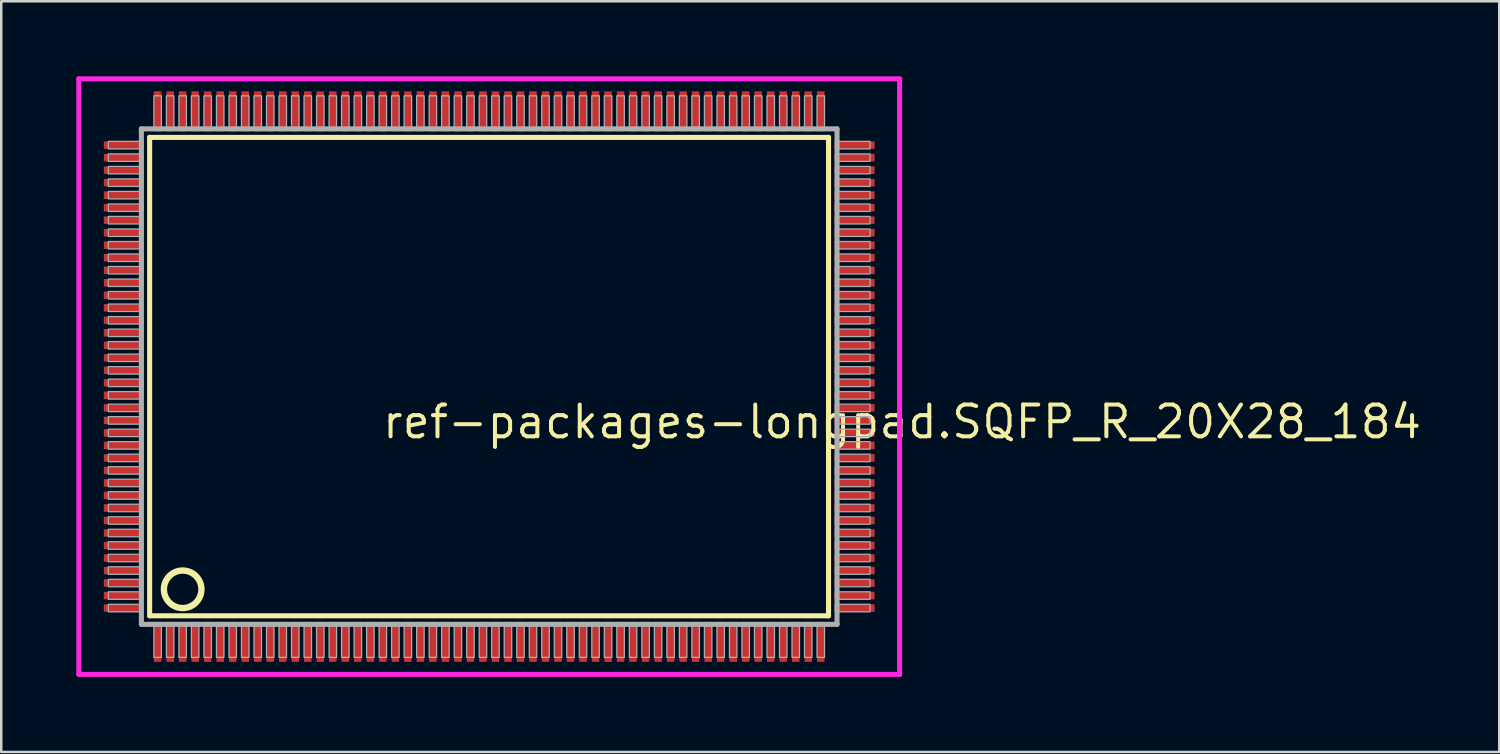
<source format=kicad_pcb>
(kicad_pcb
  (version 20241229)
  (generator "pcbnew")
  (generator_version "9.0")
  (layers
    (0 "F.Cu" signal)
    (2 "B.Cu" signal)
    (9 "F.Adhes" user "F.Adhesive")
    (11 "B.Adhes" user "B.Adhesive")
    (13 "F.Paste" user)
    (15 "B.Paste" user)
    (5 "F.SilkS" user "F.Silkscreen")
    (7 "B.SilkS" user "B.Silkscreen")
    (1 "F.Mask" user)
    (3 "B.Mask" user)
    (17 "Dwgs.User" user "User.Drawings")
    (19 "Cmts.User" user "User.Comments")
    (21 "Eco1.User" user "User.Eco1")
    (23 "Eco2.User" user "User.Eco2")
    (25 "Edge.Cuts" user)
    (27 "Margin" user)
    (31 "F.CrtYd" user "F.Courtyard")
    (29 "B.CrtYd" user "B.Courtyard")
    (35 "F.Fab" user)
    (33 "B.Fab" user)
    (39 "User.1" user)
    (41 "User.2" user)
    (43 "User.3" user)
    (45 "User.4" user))
  (footprint "ref-packages-longpad.SQFP_R_20X28_184"
    (layer "F.Cu")
    (at 16.5 12)
    (property "Reference" "ref-packages-longpad.SQFP_R_20X28_184" (at -4.35 2.55 0) (layer "F.SilkS") (effects (font (size 1.27 1.27) (thickness 0.16)) (justify left bottom)))
    (attr smd)
    (fp_line (start -13.57 -9.56) (end 13.56 -9.56) (stroke (width 0.203) (type default)) (layer "F.SilkS"))
    (fp_line (start -13.57 9.56) (end -13.57 -9.56) (stroke (width 0.203) (type default)) (layer "F.SilkS"))
    (fp_line (start 13.56 -9.56) (end 13.56 9.56) (stroke (width 0.203) (type default)) (layer "F.SilkS"))
    (fp_line (start 13.56 9.56) (end -13.57 9.56) (stroke (width 0.203) (type default)) (layer "F.SilkS"))
    (fp_circle (center -12.25 8.5) (end -11.5 8.5) (stroke (width 0.254) (type default)) (fill no) (layer "F.SilkS"))
    (fp_line (start -16.4 -11.9) (end 16.4 -11.9) (stroke (width 0.2) (type default)) (layer "F.CrtYd"))
    (fp_line (start -16.4 11.9) (end -16.4 -11.9) (stroke (width 0.2) (type default)) (layer "F.CrtYd"))
    (fp_line (start 16.4 -11.9) (end 16.4 11.9) (stroke (width 0.2) (type default)) (layer "F.CrtYd"))
    (fp_line (start 16.4 11.9) (end -16.4 11.9) (stroke (width 0.2) (type default)) (layer "F.CrtYd"))
    (fp_line (start -13.9 -9.9) (end -13.9 9.9) (stroke (width 0.203) (type default)) (layer "F.Fab"))
    (fp_line (start -13.9 9.9) (end 13.9 9.9) (stroke (width 0.203) (type default)) (layer "F.Fab"))
    (fp_line (start 13.9 -9.9) (end -13.9 -9.9) (stroke (width 0.203) (type default)) (layer "F.Fab"))
    (fp_line (start 13.9 9.9) (end 13.9 -9.9) (stroke (width 0.203) (type default)) (layer "F.Fab"))
    (fp_rect (start -15.22 -9.1) (end -13.95 -9.4) (stroke (width 0.05) (type default)) (fill no) (layer "F.Fab"))
    (fp_rect (start -15.22 -8.6) (end -13.95 -8.9) (stroke (width 0.05) (type default)) (fill no) (layer "F.Fab"))
    (fp_rect (start -15.22 -8.1) (end -13.95 -8.4) (stroke (width 0.05) (type default)) (fill no) (layer "F.Fab"))
    (fp_rect (start -15.22 -7.6) (end -13.95 -7.9) (stroke (width 0.05) (type default)) (fill no) (layer "F.Fab"))
    (fp_rect (start -15.22 -7.1) (end -13.95 -7.4) (stroke (width 0.05) (type default)) (fill no) (layer "F.Fab"))
    (fp_rect (start -15.22 -6.6) (end -13.95 -6.9) (stroke (width 0.05) (type default)) (fill no) (layer "F.Fab"))
    (fp_rect (start -15.22 -6.1) (end -13.95 -6.4) (stroke (width 0.05) (type default)) (fill no) (layer "F.Fab"))
    (fp_rect (start -15.22 -5.6) (end -13.95 -5.9) (stroke (width 0.05) (type default)) (fill no) (layer "F.Fab"))
    (fp_rect (start -15.22 -5.1) (end -13.95 -5.4) (stroke (width 0.05) (type default)) (fill no) (layer "F.Fab"))
    (fp_rect (start -15.22 -4.6) (end -13.95 -4.9) (stroke (width 0.05) (type default)) (fill no) (layer "F.Fab"))
    (fp_rect (start -15.22 -4.1) (end -13.95 -4.4) (stroke (width 0.05) (type default)) (fill no) (layer "F.Fab"))
    (fp_rect (start -15.22 -3.6) (end -13.95 -3.9) (stroke (width 0.05) (type default)) (fill no) (layer "F.Fab"))
    (fp_rect (start -15.22 -3.1) (end -13.95 -3.4) (stroke (width 0.05) (type default)) (fill no) (layer "F.Fab"))
    (fp_rect (start -15.22 -2.6) (end -13.95 -2.9) (stroke (width 0.05) (type default)) (fill no) (layer "F.Fab"))
    (fp_rect (start -15.22 -2.1) (end -13.95 -2.4) (stroke (width 0.05) (type default)) (fill no) (layer "F.Fab"))
    (fp_rect (start -15.22 -1.6) (end -13.95 -1.9) (stroke (width 0.05) (type default)) (fill no) (layer "F.Fab"))
    (fp_rect (start -15.22 -1.1) (end -13.95 -1.4) (stroke (width 0.05) (type default)) (fill no) (layer "F.Fab"))
    (fp_rect (start -15.22 -0.6) (end -13.95 -0.9) (stroke (width 0.05) (type default)) (fill no) (layer "F.Fab"))
    (fp_rect (start -15.22 -0.1) (end -13.95 -0.4) (stroke (width 0.05) (type default)) (fill no) (layer "F.Fab"))
    (fp_rect (start -15.22 0.4) (end -13.95 0.1) (stroke (width 0.05) (type default)) (fill no) (layer "F.Fab"))
    (fp_rect (start -15.22 0.9) (end -13.95 0.6) (stroke (width 0.05) (type default)) (fill no) (layer "F.Fab"))
    (fp_rect (start -15.22 1.4) (end -13.95 1.1) (stroke (width 0.05) (type default)) (fill no) (layer "F.Fab"))
    (fp_rect (start -15.22 1.9) (end -13.95 1.6) (stroke (width 0.05) (type default)) (fill no) (layer "F.Fab"))
    (fp_rect (start -15.22 2.4) (end -13.95 2.1) (stroke (width 0.05) (type default)) (fill no) (layer "F.Fab"))
    (fp_rect (start -15.22 2.9) (end -13.95 2.6) (stroke (width 0.05) (type default)) (fill no) (layer "F.Fab"))
    (fp_rect (start -15.22 3.4) (end -13.95 3.1) (stroke (width 0.05) (type default)) (fill no) (layer "F.Fab"))
    (fp_rect (start -15.22 3.9) (end -13.95 3.6) (stroke (width 0.05) (type default)) (fill no) (layer "F.Fab"))
    (fp_rect (start -15.22 4.4) (end -13.95 4.1) (stroke (width 0.05) (type default)) (fill no) (layer "F.Fab"))
    (fp_rect (start -15.22 4.9) (end -13.95 4.6) (stroke (width 0.05) (type default)) (fill no) (layer "F.Fab"))
    (fp_rect (start -15.22 5.4) (end -13.95 5.1) (stroke (width 0.05) (type default)) (fill no) (layer "F.Fab"))
    (fp_rect (start -15.22 5.9) (end -13.95 5.6) (stroke (width 0.05) (type default)) (fill no) (layer "F.Fab"))
    (fp_rect (start -15.22 6.4) (end -13.95 6.1) (stroke (width 0.05) (type default)) (fill no) (layer "F.Fab"))
    (fp_rect (start -15.22 6.9) (end -13.95 6.6) (stroke (width 0.05) (type default)) (fill no) (layer "F.Fab"))
    (fp_rect (start -15.22 7.4) (end -13.95 7.1) (stroke (width 0.05) (type default)) (fill no) (layer "F.Fab"))
    (fp_rect (start -15.22 7.9) (end -13.95 7.6) (stroke (width 0.05) (type default)) (fill no) (layer "F.Fab"))
    (fp_rect (start -15.22 8.4) (end -13.95 8.1) (stroke (width 0.05) (type default)) (fill no) (layer "F.Fab"))
    (fp_rect (start -15.22 8.9) (end -13.95 8.6) (stroke (width 0.05) (type default)) (fill no) (layer "F.Fab"))
    (fp_rect (start -15.22 9.4) (end -13.95 9.1) (stroke (width 0.05) (type default)) (fill no) (layer "F.Fab"))
    (fp_rect (start -13.4 -9.95) (end -13.1 -11.22) (stroke (width 0.05) (type default)) (fill no) (layer "F.Fab"))
    (fp_rect (start -13.4 11.22) (end -13.1 9.95) (stroke (width 0.05) (type default)) (fill no) (layer "F.Fab"))
    (fp_rect (start -12.9 -9.95) (end -12.6 -11.22) (stroke (width 0.05) (type default)) (fill no) (layer "F.Fab"))
    (fp_rect (start -12.9 11.22) (end -12.6 9.95) (stroke (width 0.05) (type default)) (fill no) (layer "F.Fab"))
    (fp_rect (start -12.4 -9.95) (end -12.1 -11.22) (stroke (width 0.05) (type default)) (fill no) (layer "F.Fab"))
    (fp_rect (start -12.4 11.22) (end -12.1 9.95) (stroke (width 0.05) (type default)) (fill no) (layer "F.Fab"))
    (fp_rect (start -11.9 -9.95) (end -11.6 -11.22) (stroke (width 0.05) (type default)) (fill no) (layer "F.Fab"))
    (fp_rect (start -11.9 11.22) (end -11.6 9.95) (stroke (width 0.05) (type default)) (fill no) (layer "F.Fab"))
    (fp_rect (start -11.4 -9.95) (end -11.1 -11.22) (stroke (width 0.05) (type default)) (fill no) (layer "F.Fab"))
    (fp_rect (start -11.4 11.22) (end -11.1 9.95) (stroke (width 0.05) (type default)) (fill no) (layer "F.Fab"))
    (fp_rect (start -10.9 -9.95) (end -10.6 -11.22) (stroke (width 0.05) (type default)) (fill no) (layer "F.Fab"))
    (fp_rect (start -10.9 11.22) (end -10.6 9.95) (stroke (width 0.05) (type default)) (fill no) (layer "F.Fab"))
    (fp_rect (start -10.4 -9.95) (end -10.1 -11.22) (stroke (width 0.05) (type default)) (fill no) (layer "F.Fab"))
    (fp_rect (start -10.4 11.22) (end -10.1 9.95) (stroke (width 0.05) (type default)) (fill no) (layer "F.Fab"))
    (fp_rect (start -9.9 -9.95) (end -9.6 -11.22) (stroke (width 0.05) (type default)) (fill no) (layer "F.Fab"))
    (fp_rect (start -9.9 11.22) (end -9.6 9.95) (stroke (width 0.05) (type default)) (fill no) (layer "F.Fab"))
    (fp_rect (start -9.4 -9.95) (end -9.1 -11.22) (stroke (width 0.05) (type default)) (fill no) (layer "F.Fab"))
    (fp_rect (start -9.4 11.22) (end -9.1 9.95) (stroke (width 0.05) (type default)) (fill no) (layer "F.Fab"))
    (fp_rect (start -8.9 -9.95) (end -8.6 -11.22) (stroke (width 0.05) (type default)) (fill no) (layer "F.Fab"))
    (fp_rect (start -8.9 11.22) (end -8.6 9.95) (stroke (width 0.05) (type default)) (fill no) (layer "F.Fab"))
    (fp_rect (start -8.4 -9.95) (end -8.1 -11.22) (stroke (width 0.05) (type default)) (fill no) (layer "F.Fab"))
    (fp_rect (start -8.4 11.22) (end -8.1 9.95) (stroke (width 0.05) (type default)) (fill no) (layer "F.Fab"))
    (fp_rect (start -7.9 -9.95) (end -7.6 -11.22) (stroke (width 0.05) (type default)) (fill no) (layer "F.Fab"))
    (fp_rect (start -7.9 11.22) (end -7.6 9.95) (stroke (width 0.05) (type default)) (fill no) (layer "F.Fab"))
    (fp_rect (start -7.4 -9.95) (end -7.1 -11.22) (stroke (width 0.05) (type default)) (fill no) (layer "F.Fab"))
    (fp_rect (start -7.4 11.22) (end -7.1 9.95) (stroke (width 0.05) (type default)) (fill no) (layer "F.Fab"))
    (fp_rect (start -6.9 -9.95) (end -6.6 -11.22) (stroke (width 0.05) (type default)) (fill no) (layer "F.Fab"))
    (fp_rect (start -6.9 11.22) (end -6.6 9.95) (stroke (width 0.05) (type default)) (fill no) (layer "F.Fab"))
    (fp_rect (start -6.4 -9.95) (end -6.1 -11.22) (stroke (width 0.05) (type default)) (fill no) (layer "F.Fab"))
    (fp_rect (start -6.4 11.22) (end -6.1 9.95) (stroke (width 0.05) (type default)) (fill no) (layer "F.Fab"))
    (fp_rect (start -5.9 -9.95) (end -5.6 -11.22) (stroke (width 0.05) (type default)) (fill no) (layer "F.Fab"))
    (fp_rect (start -5.9 11.22) (end -5.6 9.95) (stroke (width 0.05) (type default)) (fill no) (layer "F.Fab"))
    (fp_rect (start -5.4 -9.95) (end -5.1 -11.22) (stroke (width 0.05) (type default)) (fill no) (layer "F.Fab"))
    (fp_rect (start -5.4 11.22) (end -5.1 9.95) (stroke (width 0.05) (type default)) (fill no) (layer "F.Fab"))
    (fp_rect (start -4.9 -9.95) (end -4.6 -11.22) (stroke (width 0.05) (type default)) (fill no) (layer "F.Fab"))
    (fp_rect (start -4.9 11.22) (end -4.6 9.95) (stroke (width 0.05) (type default)) (fill no) (layer "F.Fab"))
    (fp_rect (start -4.4 -9.95) (end -4.1 -11.22) (stroke (width 0.05) (type default)) (fill no) (layer "F.Fab"))
    (fp_rect (start -4.4 11.22) (end -4.1 9.95) (stroke (width 0.05) (type default)) (fill no) (layer "F.Fab"))
    (fp_rect (start -3.9 -9.95) (end -3.6 -11.22) (stroke (width 0.05) (type default)) (fill no) (layer "F.Fab"))
    (fp_rect (start -3.9 11.22) (end -3.6 9.95) (stroke (width 0.05) (type default)) (fill no) (layer "F.Fab"))
    (fp_rect (start -3.4 -9.95) (end -3.1 -11.22) (stroke (width 0.05) (type default)) (fill no) (layer "F.Fab"))
    (fp_rect (start -3.4 11.22) (end -3.1 9.95) (stroke (width 0.05) (type default)) (fill no) (layer "F.Fab"))
    (fp_rect (start -2.9 -9.95) (end -2.6 -11.22) (stroke (width 0.05) (type default)) (fill no) (layer "F.Fab"))
    (fp_rect (start -2.9 11.22) (end -2.6 9.95) (stroke (width 0.05) (type default)) (fill no) (layer "F.Fab"))
    (fp_rect (start -2.4 -9.95) (end -2.1 -11.22) (stroke (width 0.05) (type default)) (fill no) (layer "F.Fab"))
    (fp_rect (start -2.4 11.22) (end -2.1 9.95) (stroke (width 0.05) (type default)) (fill no) (layer "F.Fab"))
    (fp_rect (start -1.9 -9.95) (end -1.6 -11.22) (stroke (width 0.05) (type default)) (fill no) (layer "F.Fab"))
    (fp_rect (start -1.9 11.22) (end -1.6 9.95) (stroke (width 0.05) (type default)) (fill no) (layer "F.Fab"))
    (fp_rect (start -1.4 -9.95) (end -1.1 -11.22) (stroke (width 0.05) (type default)) (fill no) (layer "F.Fab"))
    (fp_rect (start -1.4 11.22) (end -1.1 9.95) (stroke (width 0.05) (type default)) (fill no) (layer "F.Fab"))
    (fp_rect (start -0.9 -9.95) (end -0.6 -11.22) (stroke (width 0.05) (type default)) (fill no) (layer "F.Fab"))
    (fp_rect (start -0.9 11.22) (end -0.6 9.95) (stroke (width 0.05) (type default)) (fill no) (layer "F.Fab"))
    (fp_rect (start -0.4 -9.95) (end -0.1 -11.22) (stroke (width 0.05) (type default)) (fill no) (layer "F.Fab"))
    (fp_rect (start -0.4 11.22) (end -0.1 9.95) (stroke (width 0.05) (type default)) (fill no) (layer "F.Fab"))
    (fp_rect (start 0.1 -9.95) (end 0.4 -11.22) (stroke (width 0.05) (type default)) (fill no) (layer "F.Fab"))
    (fp_rect (start 0.1 11.22) (end 0.4 9.95) (stroke (width 0.05) (type default)) (fill no) (layer "F.Fab"))
    (fp_rect (start 0.6 -9.95) (end 0.9 -11.22) (stroke (width 0.05) (type default)) (fill no) (layer "F.Fab"))
    (fp_rect (start 0.6 11.22) (end 0.9 9.95) (stroke (width 0.05) (type default)) (fill no) (layer "F.Fab"))
    (fp_rect (start 1.1 -9.95) (end 1.4 -11.22) (stroke (width 0.05) (type default)) (fill no) (layer "F.Fab"))
    (fp_rect (start 1.1 11.22) (end 1.4 9.95) (stroke (width 0.05) (type default)) (fill no) (layer "F.Fab"))
    (fp_rect (start 1.6 -9.95) (end 1.9 -11.22) (stroke (width 0.05) (type default)) (fill no) (layer "F.Fab"))
    (fp_rect (start 1.6 11.22) (end 1.9 9.95) (stroke (width 0.05) (type default)) (fill no) (layer "F.Fab"))
    (fp_rect (start 2.1 -9.95) (end 2.4 -11.22) (stroke (width 0.05) (type default)) (fill no) (layer "F.Fab"))
    (fp_rect (start 2.1 11.22) (end 2.4 9.95) (stroke (width 0.05) (type default)) (fill no) (layer "F.Fab"))
    (fp_rect (start 2.6 -9.95) (end 2.9 -11.22) (stroke (width 0.05) (type default)) (fill no) (layer "F.Fab"))
    (fp_rect (start 2.6 11.22) (end 2.9 9.95) (stroke (width 0.05) (type default)) (fill no) (layer "F.Fab"))
    (fp_rect (start 3.1 -9.95) (end 3.4 -11.22) (stroke (width 0.05) (type default)) (fill no) (layer "F.Fab"))
    (fp_rect (start 3.1 11.22) (end 3.4 9.95) (stroke (width 0.05) (type default)) (fill no) (layer "F.Fab"))
    (fp_rect (start 3.6 -9.95) (end 3.9 -11.22) (stroke (width 0.05) (type default)) (fill no) (layer "F.Fab"))
    (fp_rect (start 3.6 11.22) (end 3.9 9.95) (stroke (width 0.05) (type default)) (fill no) (layer "F.Fab"))
    (fp_rect (start 4.1 -9.95) (end 4.4 -11.22) (stroke (width 0.05) (type default)) (fill no) (layer "F.Fab"))
    (fp_rect (start 4.1 11.22) (end 4.4 9.95) (stroke (width 0.05) (type default)) (fill no) (layer "F.Fab"))
    (fp_rect (start 4.6 -9.95) (end 4.9 -11.22) (stroke (width 0.05) (type default)) (fill no) (layer "F.Fab"))
    (fp_rect (start 4.6 11.22) (end 4.9 9.95) (stroke (width 0.05) (type default)) (fill no) (layer "F.Fab"))
    (fp_rect (start 5.1 -9.95) (end 5.4 -11.22) (stroke (width 0.05) (type default)) (fill no) (layer "F.Fab"))
    (fp_rect (start 5.1 11.22) (end 5.4 9.95) (stroke (width 0.05) (type default)) (fill no) (layer "F.Fab"))
    (fp_rect (start 5.6 -9.95) (end 5.9 -11.22) (stroke (width 0.05) (type default)) (fill no) (layer "F.Fab"))
    (fp_rect (start 5.6 11.22) (end 5.9 9.95) (stroke (width 0.05) (type default)) (fill no) (layer "F.Fab"))
    (fp_rect (start 6.1 -9.95) (end 6.4 -11.22) (stroke (width 0.05) (type default)) (fill no) (layer "F.Fab"))
    (fp_rect (start 6.1 11.22) (end 6.4 9.95) (stroke (width 0.05) (type default)) (fill no) (layer "F.Fab"))
    (fp_rect (start 6.6 -9.95) (end 6.9 -11.22) (stroke (width 0.05) (type default)) (fill no) (layer "F.Fab"))
    (fp_rect (start 6.6 11.22) (end 6.9 9.95) (stroke (width 0.05) (type default)) (fill no) (layer "F.Fab"))
    (fp_rect (start 7.1 -9.95) (end 7.4 -11.22) (stroke (width 0.05) (type default)) (fill no) (layer "F.Fab"))
    (fp_rect (start 7.1 11.22) (end 7.4 9.95) (stroke (width 0.05) (type default)) (fill no) (layer "F.Fab"))
    (fp_rect (start 7.6 -9.95) (end 7.9 -11.22) (stroke (width 0.05) (type default)) (fill no) (layer "F.Fab"))
    (fp_rect (start 7.6 11.22) (end 7.9 9.95) (stroke (width 0.05) (type default)) (fill no) (layer "F.Fab"))
    (fp_rect (start 8.1 -9.95) (end 8.4 -11.22) (stroke (width 0.05) (type default)) (fill no) (layer "F.Fab"))
    (fp_rect (start 8.1 11.22) (end 8.4 9.95) (stroke (width 0.05) (type default)) (fill no) (layer "F.Fab"))
    (fp_rect (start 8.6 -9.95) (end 8.9 -11.22) (stroke (width 0.05) (type default)) (fill no) (layer "F.Fab"))
    (fp_rect (start 8.6 11.22) (end 8.9 9.95) (stroke (width 0.05) (type default)) (fill no) (layer "F.Fab"))
    (fp_rect (start 9.1 -9.95) (end 9.4 -11.22) (stroke (width 0.05) (type default)) (fill no) (layer "F.Fab"))
    (fp_rect (start 9.1 11.22) (end 9.4 9.95) (stroke (width 0.05) (type default)) (fill no) (layer "F.Fab"))
    (fp_rect (start 9.6 -9.95) (end 9.9 -11.22) (stroke (width 0.05) (type default)) (fill no) (layer "F.Fab"))
    (fp_rect (start 9.6 11.22) (end 9.9 9.95) (stroke (width 0.05) (type default)) (fill no) (layer "F.Fab"))
    (fp_rect (start 10.1 -9.95) (end 10.4 -11.22) (stroke (width 0.05) (type default)) (fill no) (layer "F.Fab"))
    (fp_rect (start 10.1 11.22) (end 10.4 9.95) (stroke (width 0.05) (type default)) (fill no) (layer "F.Fab"))
    (fp_rect (start 10.6 -9.95) (end 10.9 -11.22) (stroke (width 0.05) (type default)) (fill no) (layer "F.Fab"))
    (fp_rect (start 10.6 11.22) (end 10.9 9.95) (stroke (width 0.05) (type default)) (fill no) (layer "F.Fab"))
    (fp_rect (start 11.1 -9.95) (end 11.4 -11.22) (stroke (width 0.05) (type default)) (fill no) (layer "F.Fab"))
    (fp_rect (start 11.1 11.22) (end 11.4 9.95) (stroke (width 0.05) (type default)) (fill no) (layer "F.Fab"))
    (fp_rect (start 11.6 -9.95) (end 11.9 -11.22) (stroke (width 0.05) (type default)) (fill no) (layer "F.Fab"))
    (fp_rect (start 11.6 11.22) (end 11.9 9.95) (stroke (width 0.05) (type default)) (fill no) (layer "F.Fab"))
    (fp_rect (start 12.1 -9.95) (end 12.4 -11.22) (stroke (width 0.05) (type default)) (fill no) (layer "F.Fab"))
    (fp_rect (start 12.1 11.22) (end 12.4 9.95) (stroke (width 0.05) (type default)) (fill no) (layer "F.Fab"))
    (fp_rect (start 12.6 -9.95) (end 12.9 -11.22) (stroke (width 0.05) (type default)) (fill no) (layer "F.Fab"))
    (fp_rect (start 12.6 11.22) (end 12.9 9.95) (stroke (width 0.05) (type default)) (fill no) (layer "F.Fab"))
    (fp_rect (start 13.1 -9.95) (end 13.4 -11.22) (stroke (width 0.05) (type default)) (fill no) (layer "F.Fab"))
    (fp_rect (start 13.1 11.22) (end 13.4 9.95) (stroke (width 0.05) (type default)) (fill no) (layer "F.Fab"))
    (fp_rect (start 13.95 -9.1) (end 15.22 -9.4) (stroke (width 0.05) (type default)) (fill no) (layer "F.Fab"))
    (fp_rect (start 13.95 -8.6) (end 15.22 -8.9) (stroke (width 0.05) (type default)) (fill no) (layer "F.Fab"))
    (fp_rect (start 13.95 -8.1) (end 15.22 -8.4) (stroke (width 0.05) (type default)) (fill no) (layer "F.Fab"))
    (fp_rect (start 13.95 -7.6) (end 15.22 -7.9) (stroke (width 0.05) (type default)) (fill no) (layer "F.Fab"))
    (fp_rect (start 13.95 -7.1) (end 15.22 -7.4) (stroke (width 0.05) (type default)) (fill no) (layer "F.Fab"))
    (fp_rect (start 13.95 -6.6) (end 15.22 -6.9) (stroke (width 0.05) (type default)) (fill no) (layer "F.Fab"))
    (fp_rect (start 13.95 -6.1) (end 15.22 -6.4) (stroke (width 0.05) (type default)) (fill no) (layer "F.Fab"))
    (fp_rect (start 13.95 -5.6) (end 15.22 -5.9) (stroke (width 0.05) (type default)) (fill no) (layer "F.Fab"))
    (fp_rect (start 13.95 -5.1) (end 15.22 -5.4) (stroke (width 0.05) (type default)) (fill no) (layer "F.Fab"))
    (fp_rect (start 13.95 -4.6) (end 15.22 -4.9) (stroke (width 0.05) (type default)) (fill no) (layer "F.Fab"))
    (fp_rect (start 13.95 -4.1) (end 15.22 -4.4) (stroke (width 0.05) (type default)) (fill no) (layer "F.Fab"))
    (fp_rect (start 13.95 -3.6) (end 15.22 -3.9) (stroke (width 0.05) (type default)) (fill no) (layer "F.Fab"))
    (fp_rect (start 13.95 -3.1) (end 15.22 -3.4) (stroke (width 0.05) (type default)) (fill no) (layer "F.Fab"))
    (fp_rect (start 13.95 -2.6) (end 15.22 -2.9) (stroke (width 0.05) (type default)) (fill no) (layer "F.Fab"))
    (fp_rect (start 13.95 -2.1) (end 15.22 -2.4) (stroke (width 0.05) (type default)) (fill no) (layer "F.Fab"))
    (fp_rect (start 13.95 -1.6) (end 15.22 -1.9) (stroke (width 0.05) (type default)) (fill no) (layer "F.Fab"))
    (fp_rect (start 13.95 -1.1) (end 15.22 -1.4) (stroke (width 0.05) (type default)) (fill no) (layer "F.Fab"))
    (fp_rect (start 13.95 -0.6) (end 15.22 -0.9) (stroke (width 0.05) (type default)) (fill no) (layer "F.Fab"))
    (fp_rect (start 13.95 -0.1) (end 15.22 -0.4) (stroke (width 0.05) (type default)) (fill no) (layer "F.Fab"))
    (fp_rect (start 13.95 0.4) (end 15.22 0.1) (stroke (width 0.05) (type default)) (fill no) (layer "F.Fab"))
    (fp_rect (start 13.95 0.9) (end 15.22 0.6) (stroke (width 0.05) (type default)) (fill no) (layer "F.Fab"))
    (fp_rect (start 13.95 1.4) (end 15.22 1.1) (stroke (width 0.05) (type default)) (fill no) (layer "F.Fab"))
    (fp_rect (start 13.95 1.9) (end 15.22 1.6) (stroke (width 0.05) (type default)) (fill no) (layer "F.Fab"))
    (fp_rect (start 13.95 2.4) (end 15.22 2.1) (stroke (width 0.05) (type default)) (fill no) (layer "F.Fab"))
    (fp_rect (start 13.95 2.9) (end 15.22 2.6) (stroke (width 0.05) (type default)) (fill no) (layer "F.Fab"))
    (fp_rect (start 13.95 3.4) (end 15.22 3.1) (stroke (width 0.05) (type default)) (fill no) (layer "F.Fab"))
    (fp_rect (start 13.95 3.9) (end 15.22 3.6) (stroke (width 0.05) (type default)) (fill no) (layer "F.Fab"))
    (fp_rect (start 13.95 4.4) (end 15.22 4.1) (stroke (width 0.05) (type default)) (fill no) (layer "F.Fab"))
    (fp_rect (start 13.95 4.9) (end 15.22 4.6) (stroke (width 0.05) (type default)) (fill no) (layer "F.Fab"))
    (fp_rect (start 13.95 5.4) (end 15.22 5.1) (stroke (width 0.05) (type default)) (fill no) (layer "F.Fab"))
    (fp_rect (start 13.95 5.9) (end 15.22 5.6) (stroke (width 0.05) (type default)) (fill no) (layer "F.Fab"))
    (fp_rect (start 13.95 6.4) (end 15.22 6.1) (stroke (width 0.05) (type default)) (fill no) (layer "F.Fab"))
    (fp_rect (start 13.95 6.9) (end 15.22 6.6) (stroke (width 0.05) (type default)) (fill no) (layer "F.Fab"))
    (fp_rect (start 13.95 7.4) (end 15.22 7.1) (stroke (width 0.05) (type default)) (fill no) (layer "F.Fab"))
    (fp_rect (start 13.95 7.9) (end 15.22 7.6) (stroke (width 0.05) (type default)) (fill no) (layer "F.Fab"))
    (fp_rect (start 13.95 8.4) (end 15.22 8.1) (stroke (width 0.05) (type default)) (fill no) (layer "F.Fab"))
    (fp_rect (start 13.95 8.9) (end 15.22 8.6) (stroke (width 0.05) (type default)) (fill no) (layer "F.Fab"))
    (fp_rect (start 13.95 9.4) (end 15.22 9.1) (stroke (width 0.05) (type default)) (fill no) (layer "F.Fab"))
    (pad "1" smd roundrect (at -13.25 10.6) (size 0.3 1.6) (layers "F.Cu" "F.Mask" "F.Paste") (roundrect_rratio 0.01))
    (pad "2" smd roundrect (at -12.75 10.6) (size 0.3 1.6) (layers "F.Cu" "F.Mask" "F.Paste") (roundrect_rratio 0.01))
    (pad "3" smd roundrect (at -12.25 10.6) (size 0.3 1.6) (layers "F.Cu" "F.Mask" "F.Paste") (roundrect_rratio 0.01))
    (pad "4" smd roundrect (at -11.75 10.6) (size 0.3 1.6) (layers "F.Cu" "F.Mask" "F.Paste") (roundrect_rratio 0.01))
    (pad "5" smd roundrect (at -11.25 10.6) (size 0.3 1.6) (layers "F.Cu" "F.Mask" "F.Paste") (roundrect_rratio 0.01))
    (pad "6" smd roundrect (at -10.75 10.6) (size 0.3 1.6) (layers "F.Cu" "F.Mask" "F.Paste") (roundrect_rratio 0.01))
    (pad "7" smd roundrect (at -10.25 10.6) (size 0.3 1.6) (layers "F.Cu" "F.Mask" "F.Paste") (roundrect_rratio 0.01))
    (pad "8" smd roundrect (at -9.75 10.6) (size 0.3 1.6) (layers "F.Cu" "F.Mask" "F.Paste") (roundrect_rratio 0.01))
    (pad "9" smd roundrect (at -9.25 10.6) (size 0.3 1.6) (layers "F.Cu" "F.Mask" "F.Paste") (roundrect_rratio 0.01))
    (pad "10" smd roundrect (at -8.75 10.6) (size 0.3 1.6) (layers "F.Cu" "F.Mask" "F.Paste") (roundrect_rratio 0.01))
    (pad "11" smd roundrect (at -8.25 10.6) (size 0.3 1.6) (layers "F.Cu" "F.Mask" "F.Paste") (roundrect_rratio 0.01))
    (pad "12" smd roundrect (at -7.75 10.6) (size 0.3 1.6) (layers "F.Cu" "F.Mask" "F.Paste") (roundrect_rratio 0.01))
    (pad "13" smd roundrect (at -7.25 10.6) (size 0.3 1.6) (layers "F.Cu" "F.Mask" "F.Paste") (roundrect_rratio 0.01))
    (pad "14" smd roundrect (at -6.75 10.6) (size 0.3 1.6) (layers "F.Cu" "F.Mask" "F.Paste") (roundrect_rratio 0.01))
    (pad "15" smd roundrect (at -6.25 10.6) (size 0.3 1.6) (layers "F.Cu" "F.Mask" "F.Paste") (roundrect_rratio 0.01))
    (pad "16" smd roundrect (at -5.75 10.6) (size 0.3 1.6) (layers "F.Cu" "F.Mask" "F.Paste") (roundrect_rratio 0.01))
    (pad "17" smd roundrect (at -5.25 10.6) (size 0.3 1.6) (layers "F.Cu" "F.Mask" "F.Paste") (roundrect_rratio 0.01))
    (pad "18" smd roundrect (at -4.75 10.6) (size 0.3 1.6) (layers "F.Cu" "F.Mask" "F.Paste") (roundrect_rratio 0.01))
    (pad "19" smd roundrect (at -4.25 10.6) (size 0.3 1.6) (layers "F.Cu" "F.Mask" "F.Paste") (roundrect_rratio 0.01))
    (pad "20" smd roundrect (at -3.75 10.6) (size 0.3 1.6) (layers "F.Cu" "F.Mask" "F.Paste") (roundrect_rratio 0.01))
    (pad "21" smd roundrect (at -3.25 10.6) (size 0.3 1.6) (layers "F.Cu" "F.Mask" "F.Paste") (roundrect_rratio 0.01))
    (pad "22" smd roundrect (at -2.75 10.6) (size 0.3 1.6) (layers "F.Cu" "F.Mask" "F.Paste") (roundrect_rratio 0.01))
    (pad "23" smd roundrect (at -2.25 10.6) (size 0.3 1.6) (layers "F.Cu" "F.Mask" "F.Paste") (roundrect_rratio 0.01))
    (pad "24" smd roundrect (at -1.75 10.6) (size 0.3 1.6) (layers "F.Cu" "F.Mask" "F.Paste") (roundrect_rratio 0.01))
    (pad "25" smd roundrect (at -1.25 10.6) (size 0.3 1.6) (layers "F.Cu" "F.Mask" "F.Paste") (roundrect_rratio 0.01))
    (pad "26" smd roundrect (at -0.75 10.6) (size 0.3 1.6) (layers "F.Cu" "F.Mask" "F.Paste") (roundrect_rratio 0.01))
    (pad "27" smd roundrect (at -0.25 10.6) (size 0.3 1.6) (layers "F.Cu" "F.Mask" "F.Paste") (roundrect_rratio 0.01))
    (pad "28" smd roundrect (at 0.25 10.6) (size 0.3 1.6) (layers "F.Cu" "F.Mask" "F.Paste") (roundrect_rratio 0.01))
    (pad "29" smd roundrect (at 0.75 10.6) (size 0.3 1.6) (layers "F.Cu" "F.Mask" "F.Paste") (roundrect_rratio 0.01))
    (pad "30" smd roundrect (at 1.25 10.6) (size 0.3 1.6) (layers "F.Cu" "F.Mask" "F.Paste") (roundrect_rratio 0.01))
    (pad "31" smd roundrect (at 1.75 10.6) (size 0.3 1.6) (layers "F.Cu" "F.Mask" "F.Paste") (roundrect_rratio 0.01))
    (pad "32" smd roundrect (at 2.25 10.6) (size 0.3 1.6) (layers "F.Cu" "F.Mask" "F.Paste") (roundrect_rratio 0.01))
    (pad "33" smd roundrect (at 2.75 10.6) (size 0.3 1.6) (layers "F.Cu" "F.Mask" "F.Paste") (roundrect_rratio 0.01))
    (pad "34" smd roundrect (at 3.25 10.6) (size 0.3 1.6) (layers "F.Cu" "F.Mask" "F.Paste") (roundrect_rratio 0.01))
    (pad "35" smd roundrect (at 3.75 10.6) (size 0.3 1.6) (layers "F.Cu" "F.Mask" "F.Paste") (roundrect_rratio 0.01))
    (pad "36" smd roundrect (at 4.25 10.6) (size 0.3 1.6) (layers "F.Cu" "F.Mask" "F.Paste") (roundrect_rratio 0.01))
    (pad "37" smd roundrect (at 4.75 10.6) (size 0.3 1.6) (layers "F.Cu" "F.Mask" "F.Paste") (roundrect_rratio 0.01))
    (pad "38" smd roundrect (at 5.25 10.6) (size 0.3 1.6) (layers "F.Cu" "F.Mask" "F.Paste") (roundrect_rratio 0.01))
    (pad "39" smd roundrect (at 5.75 10.6) (size 0.3 1.6) (layers "F.Cu" "F.Mask" "F.Paste") (roundrect_rratio 0.01))
    (pad "40" smd roundrect (at 6.25 10.6) (size 0.3 1.6) (layers "F.Cu" "F.Mask" "F.Paste") (roundrect_rratio 0.01))
    (pad "41" smd roundrect (at 6.75 10.6) (size 0.3 1.6) (layers "F.Cu" "F.Mask" "F.Paste") (roundrect_rratio 0.01))
    (pad "42" smd roundrect (at 7.25 10.6) (size 0.3 1.6) (layers "F.Cu" "F.Mask" "F.Paste") (roundrect_rratio 0.01))
    (pad "43" smd roundrect (at 7.75 10.6) (size 0.3 1.6) (layers "F.Cu" "F.Mask" "F.Paste") (roundrect_rratio 0.01))
    (pad "44" smd roundrect (at 8.25 10.6) (size 0.3 1.6) (layers "F.Cu" "F.Mask" "F.Paste") (roundrect_rratio 0.01))
    (pad "45" smd roundrect (at 8.75 10.6) (size 0.3 1.6) (layers "F.Cu" "F.Mask" "F.Paste") (roundrect_rratio 0.01))
    (pad "46" smd roundrect (at 9.25 10.6) (size 0.3 1.6) (layers "F.Cu" "F.Mask" "F.Paste") (roundrect_rratio 0.01))
    (pad "47" smd roundrect (at 9.75 10.6) (size 0.3 1.6) (layers "F.Cu" "F.Mask" "F.Paste") (roundrect_rratio 0.01))
    (pad "48" smd roundrect (at 10.25 10.6) (size 0.3 1.6) (layers "F.Cu" "F.Mask" "F.Paste") (roundrect_rratio 0.01))
    (pad "49" smd roundrect (at 10.75 10.6) (size 0.3 1.6) (layers "F.Cu" "F.Mask" "F.Paste") (roundrect_rratio 0.01))
    (pad "50" smd roundrect (at 11.25 10.6) (size 0.3 1.6) (layers "F.Cu" "F.Mask" "F.Paste") (roundrect_rratio 0.01))
    (pad "51" smd roundrect (at 11.75 10.6) (size 0.3 1.6) (layers "F.Cu" "F.Mask" "F.Paste") (roundrect_rratio 0.01))
    (pad "52" smd roundrect (at 12.25 10.6) (size 0.3 1.6) (layers "F.Cu" "F.Mask" "F.Paste") (roundrect_rratio 0.01))
    (pad "53" smd roundrect (at 12.75 10.6) (size 0.3 1.6) (layers "F.Cu" "F.Mask" "F.Paste") (roundrect_rratio 0.01))
    (pad "54" smd roundrect (at 13.25 10.6) (size 0.3 1.6) (layers "F.Cu" "F.Mask" "F.Paste") (roundrect_rratio 0.01))
    (pad "55" smd roundrect (at 14.6 9.25) (size 1.6 0.3) (layers "F.Cu" "F.Mask" "F.Paste") (roundrect_rratio 0.01))
    (pad "56" smd roundrect (at 14.6 8.75) (size 1.6 0.3) (layers "F.Cu" "F.Mask" "F.Paste") (roundrect_rratio 0.01))
    (pad "57" smd roundrect (at 14.6 8.25) (size 1.6 0.3) (layers "F.Cu" "F.Mask" "F.Paste") (roundrect_rratio 0.01))
    (pad "58" smd roundrect (at 14.6 7.75) (size 1.6 0.3) (layers "F.Cu" "F.Mask" "F.Paste") (roundrect_rratio 0.01))
    (pad "59" smd roundrect (at 14.6 7.25) (size 1.6 0.3) (layers "F.Cu" "F.Mask" "F.Paste") (roundrect_rratio 0.01))
    (pad "60" smd roundrect (at 14.6 6.75) (size 1.6 0.3) (layers "F.Cu" "F.Mask" "F.Paste") (roundrect_rratio 0.01))
    (pad "61" smd roundrect (at 14.6 6.25) (size 1.6 0.3) (layers "F.Cu" "F.Mask" "F.Paste") (roundrect_rratio 0.01))
    (pad "62" smd roundrect (at 14.6 5.75) (size 1.6 0.3) (layers "F.Cu" "F.Mask" "F.Paste") (roundrect_rratio 0.01))
    (pad "63" smd roundrect (at 14.6 5.25) (size 1.6 0.3) (layers "F.Cu" "F.Mask" "F.Paste") (roundrect_rratio 0.01))
    (pad "64" smd roundrect (at 14.6 4.75) (size 1.6 0.3) (layers "F.Cu" "F.Mask" "F.Paste") (roundrect_rratio 0.01))
    (pad "65" smd roundrect (at 14.6 4.25) (size 1.6 0.3) (layers "F.Cu" "F.Mask" "F.Paste") (roundrect_rratio 0.01))
    (pad "66" smd roundrect (at 14.6 3.75) (size 1.6 0.3) (layers "F.Cu" "F.Mask" "F.Paste") (roundrect_rratio 0.01))
    (pad "67" smd roundrect (at 14.6 3.25) (size 1.6 0.3) (layers "F.Cu" "F.Mask" "F.Paste") (roundrect_rratio 0.01))
    (pad "68" smd roundrect (at 14.6 2.75) (size 1.6 0.3) (layers "F.Cu" "F.Mask" "F.Paste") (roundrect_rratio 0.01))
    (pad "69" smd roundrect (at 14.6 2.25) (size 1.6 0.3) (layers "F.Cu" "F.Mask" "F.Paste") (roundrect_rratio 0.01))
    (pad "70" smd roundrect (at 14.6 1.75) (size 1.6 0.3) (layers "F.Cu" "F.Mask" "F.Paste") (roundrect_rratio 0.01))
    (pad "71" smd roundrect (at 14.6 1.25) (size 1.6 0.3) (layers "F.Cu" "F.Mask" "F.Paste") (roundrect_rratio 0.01))
    (pad "72" smd roundrect (at 14.6 0.75) (size 1.6 0.3) (layers "F.Cu" "F.Mask" "F.Paste") (roundrect_rratio 0.01))
    (pad "73" smd roundrect (at 14.6 0.25) (size 1.6 0.3) (layers "F.Cu" "F.Mask" "F.Paste") (roundrect_rratio 0.01))
    (pad "74" smd roundrect (at 14.6 -0.25) (size 1.6 0.3) (layers "F.Cu" "F.Mask" "F.Paste") (roundrect_rratio 0.01))
    (pad "75" smd roundrect (at 14.6 -0.75) (size 1.6 0.3) (layers "F.Cu" "F.Mask" "F.Paste") (roundrect_rratio 0.01))
    (pad "76" smd roundrect (at 14.6 -1.25) (size 1.6 0.3) (layers "F.Cu" "F.Mask" "F.Paste") (roundrect_rratio 0.01))
    (pad "77" smd roundrect (at 14.6 -1.75) (size 1.6 0.3) (layers "F.Cu" "F.Mask" "F.Paste") (roundrect_rratio 0.01))
    (pad "78" smd roundrect (at 14.6 -2.25) (size 1.6 0.3) (layers "F.Cu" "F.Mask" "F.Paste") (roundrect_rratio 0.01))
    (pad "79" smd roundrect (at 14.6 -2.75) (size 1.6 0.3) (layers "F.Cu" "F.Mask" "F.Paste") (roundrect_rratio 0.01))
    (pad "80" smd roundrect (at 14.6 -3.25) (size 1.6 0.3) (layers "F.Cu" "F.Mask" "F.Paste") (roundrect_rratio 0.01))
    (pad "81" smd roundrect (at 14.6 -3.75) (size 1.6 0.3) (layers "F.Cu" "F.Mask" "F.Paste") (roundrect_rratio 0.01))
    (pad "82" smd roundrect (at 14.6 -4.25) (size 1.6 0.3) (layers "F.Cu" "F.Mask" "F.Paste") (roundrect_rratio 0.01))
    (pad "83" smd roundrect (at 14.6 -4.75) (size 1.6 0.3) (layers "F.Cu" "F.Mask" "F.Paste") (roundrect_rratio 0.01))
    (pad "84" smd roundrect (at 14.6 -5.25) (size 1.6 0.3) (layers "F.Cu" "F.Mask" "F.Paste") (roundrect_rratio 0.01))
    (pad "85" smd roundrect (at 14.6 -5.75) (size 1.6 0.3) (layers "F.Cu" "F.Mask" "F.Paste") (roundrect_rratio 0.01))
    (pad "86" smd roundrect (at 14.6 -6.25) (size 1.6 0.3) (layers "F.Cu" "F.Mask" "F.Paste") (roundrect_rratio 0.01))
    (pad "87" smd roundrect (at 14.6 -6.75) (size 1.6 0.3) (layers "F.Cu" "F.Mask" "F.Paste") (roundrect_rratio 0.01))
    (pad "88" smd roundrect (at 14.6 -7.25) (size 1.6 0.3) (layers "F.Cu" "F.Mask" "F.Paste") (roundrect_rratio 0.01))
    (pad "89" smd roundrect (at 14.6 -7.75) (size 1.6 0.3) (layers "F.Cu" "F.Mask" "F.Paste") (roundrect_rratio 0.01))
    (pad "90" smd roundrect (at 14.6 -8.25) (size 1.6 0.3) (layers "F.Cu" "F.Mask" "F.Paste") (roundrect_rratio 0.01))
    (pad "91" smd roundrect (at 14.6 -8.75) (size 1.6 0.3) (layers "F.Cu" "F.Mask" "F.Paste") (roundrect_rratio 0.01))
    (pad "92" smd roundrect (at 14.6 -9.25) (size 1.6 0.3) (layers "F.Cu" "F.Mask" "F.Paste") (roundrect_rratio 0.01))
    (pad "93" smd roundrect (at 13.25 -10.6) (size 0.3 1.6) (layers "F.Cu" "F.Mask" "F.Paste") (roundrect_rratio 0.01))
    (pad "94" smd roundrect (at 12.75 -10.6) (size 0.3 1.6) (layers "F.Cu" "F.Mask" "F.Paste") (roundrect_rratio 0.01))
    (pad "95" smd roundrect (at 12.25 -10.6) (size 0.3 1.6) (layers "F.Cu" "F.Mask" "F.Paste") (roundrect_rratio 0.01))
    (pad "96" smd roundrect (at 11.75 -10.6) (size 0.3 1.6) (layers "F.Cu" "F.Mask" "F.Paste") (roundrect_rratio 0.01))
    (pad "97" smd roundrect (at 11.25 -10.6) (size 0.3 1.6) (layers "F.Cu" "F.Mask" "F.Paste") (roundrect_rratio 0.01))
    (pad "98" smd roundrect (at 10.75 -10.6) (size 0.3 1.6) (layers "F.Cu" "F.Mask" "F.Paste") (roundrect_rratio 0.01))
    (pad "99" smd roundrect (at 10.25 -10.6) (size 0.3 1.6) (layers "F.Cu" "F.Mask" "F.Paste") (roundrect_rratio 0.01))
    (pad "100" smd roundrect (at 9.75 -10.6) (size 0.3 1.6) (layers "F.Cu" "F.Mask" "F.Paste") (roundrect_rratio 0.01))
    (pad "101" smd roundrect (at 9.25 -10.6) (size 0.3 1.6) (layers "F.Cu" "F.Mask" "F.Paste") (roundrect_rratio 0.01))
    (pad "102" smd roundrect (at 8.75 -10.6) (size 0.3 1.6) (layers "F.Cu" "F.Mask" "F.Paste") (roundrect_rratio 0.01))
    (pad "103" smd roundrect (at 8.25 -10.6) (size 0.3 1.6) (layers "F.Cu" "F.Mask" "F.Paste") (roundrect_rratio 0.01))
    (pad "104" smd roundrect (at 7.75 -10.6) (size 0.3 1.6) (layers "F.Cu" "F.Mask" "F.Paste") (roundrect_rratio 0.01))
    (pad "105" smd roundrect (at 7.25 -10.6) (size 0.3 1.6) (layers "F.Cu" "F.Mask" "F.Paste") (roundrect_rratio 0.01))
    (pad "106" smd roundrect (at 6.75 -10.6) (size 0.3 1.6) (layers "F.Cu" "F.Mask" "F.Paste") (roundrect_rratio 0.01))
    (pad "107" smd roundrect (at 6.25 -10.6) (size 0.3 1.6) (layers "F.Cu" "F.Mask" "F.Paste") (roundrect_rratio 0.01))
    (pad "108" smd roundrect (at 5.75 -10.6) (size 0.3 1.6) (layers "F.Cu" "F.Mask" "F.Paste") (roundrect_rratio 0.01))
    (pad "109" smd roundrect (at 5.25 -10.6) (size 0.3 1.6) (layers "F.Cu" "F.Mask" "F.Paste") (roundrect_rratio 0.01))
    (pad "110" smd roundrect (at 4.75 -10.6) (size 0.3 1.6) (layers "F.Cu" "F.Mask" "F.Paste") (roundrect_rratio 0.01))
    (pad "111" smd roundrect (at 4.25 -10.6) (size 0.3 1.6) (layers "F.Cu" "F.Mask" "F.Paste") (roundrect_rratio 0.01))
    (pad "112" smd roundrect (at 3.75 -10.6) (size 0.3 1.6) (layers "F.Cu" "F.Mask" "F.Paste") (roundrect_rratio 0.01))
    (pad "113" smd roundrect (at 3.25 -10.6) (size 0.3 1.6) (layers "F.Cu" "F.Mask" "F.Paste") (roundrect_rratio 0.01))
    (pad "114" smd roundrect (at 2.75 -10.6) (size 0.3 1.6) (layers "F.Cu" "F.Mask" "F.Paste") (roundrect_rratio 0.01))
    (pad "115" smd roundrect (at 2.25 -10.6) (size 0.3 1.6) (layers "F.Cu" "F.Mask" "F.Paste") (roundrect_rratio 0.01))
    (pad "116" smd roundrect (at 1.75 -10.6) (size 0.3 1.6) (layers "F.Cu" "F.Mask" "F.Paste") (roundrect_rratio 0.01))
    (pad "117" smd roundrect (at 1.25 -10.6) (size 0.3 1.6) (layers "F.Cu" "F.Mask" "F.Paste") (roundrect_rratio 0.01))
    (pad "118" smd roundrect (at 0.75 -10.6) (size 0.3 1.6) (layers "F.Cu" "F.Mask" "F.Paste") (roundrect_rratio 0.01))
    (pad "119" smd roundrect (at 0.25 -10.6) (size 0.3 1.6) (layers "F.Cu" "F.Mask" "F.Paste") (roundrect_rratio 0.01))
    (pad "120" smd roundrect (at -0.25 -10.6) (size 0.3 1.6) (layers "F.Cu" "F.Mask" "F.Paste") (roundrect_rratio 0.01))
    (pad "121" smd roundrect (at -0.75 -10.6) (size 0.3 1.6) (layers "F.Cu" "F.Mask" "F.Paste") (roundrect_rratio 0.01))
    (pad "122" smd roundrect (at -1.25 -10.6) (size 0.3 1.6) (layers "F.Cu" "F.Mask" "F.Paste") (roundrect_rratio 0.01))
    (pad "123" smd roundrect (at -1.75 -10.6) (size 0.3 1.6) (layers "F.Cu" "F.Mask" "F.Paste") (roundrect_rratio 0.01))
    (pad "124" smd roundrect (at -2.25 -10.6) (size 0.3 1.6) (layers "F.Cu" "F.Mask" "F.Paste") (roundrect_rratio 0.01))
    (pad "125" smd roundrect (at -2.75 -10.6) (size 0.3 1.6) (layers "F.Cu" "F.Mask" "F.Paste") (roundrect_rratio 0.01))
    (pad "126" smd roundrect (at -3.25 -10.6) (size 0.3 1.6) (layers "F.Cu" "F.Mask" "F.Paste") (roundrect_rratio 0.01))
    (pad "127" smd roundrect (at -3.75 -10.6) (size 0.3 1.6) (layers "F.Cu" "F.Mask" "F.Paste") (roundrect_rratio 0.01))
    (pad "128" smd roundrect (at -4.25 -10.6) (size 0.3 1.6) (layers "F.Cu" "F.Mask" "F.Paste") (roundrect_rratio 0.01))
    (pad "129" smd roundrect (at -4.75 -10.6) (size 0.3 1.6) (layers "F.Cu" "F.Mask" "F.Paste") (roundrect_rratio 0.01))
    (pad "130" smd roundrect (at -5.25 -10.6) (size 0.3 1.6) (layers "F.Cu" "F.Mask" "F.Paste") (roundrect_rratio 0.01))
    (pad "131" smd roundrect (at -5.75 -10.6) (size 0.3 1.6) (layers "F.Cu" "F.Mask" "F.Paste") (roundrect_rratio 0.01))
    (pad "132" smd roundrect (at -6.25 -10.6) (size 0.3 1.6) (layers "F.Cu" "F.Mask" "F.Paste") (roundrect_rratio 0.01))
    (pad "133" smd roundrect (at -6.75 -10.6) (size 0.3 1.6) (layers "F.Cu" "F.Mask" "F.Paste") (roundrect_rratio 0.01))
    (pad "134" smd roundrect (at -7.25 -10.6) (size 0.3 1.6) (layers "F.Cu" "F.Mask" "F.Paste") (roundrect_rratio 0.01))
    (pad "135" smd roundrect (at -7.75 -10.6) (size 0.3 1.6) (layers "F.Cu" "F.Mask" "F.Paste") (roundrect_rratio 0.01))
    (pad "136" smd roundrect (at -8.25 -10.6) (size 0.3 1.6) (layers "F.Cu" "F.Mask" "F.Paste") (roundrect_rratio 0.01))
    (pad "137" smd roundrect (at -8.75 -10.6) (size 0.3 1.6) (layers "F.Cu" "F.Mask" "F.Paste") (roundrect_rratio 0.01))
    (pad "138" smd roundrect (at -9.25 -10.6) (size 0.3 1.6) (layers "F.Cu" "F.Mask" "F.Paste") (roundrect_rratio 0.01))
    (pad "139" smd roundrect (at -9.75 -10.6) (size 0.3 1.6) (layers "F.Cu" "F.Mask" "F.Paste") (roundrect_rratio 0.01))
    (pad "140" smd roundrect (at -10.25 -10.6) (size 0.3 1.6) (layers "F.Cu" "F.Mask" "F.Paste") (roundrect_rratio 0.01))
    (pad "141" smd roundrect (at -10.75 -10.6) (size 0.3 1.6) (layers "F.Cu" "F.Mask" "F.Paste") (roundrect_rratio 0.01))
    (pad "142" smd roundrect (at -11.25 -10.6) (size 0.3 1.6) (layers "F.Cu" "F.Mask" "F.Paste") (roundrect_rratio 0.01))
    (pad "143" smd roundrect (at -11.75 -10.6) (size 0.3 1.6) (layers "F.Cu" "F.Mask" "F.Paste") (roundrect_rratio 0.01))
    (pad "144" smd roundrect (at -12.25 -10.6) (size 0.3 1.6) (layers "F.Cu" "F.Mask" "F.Paste") (roundrect_rratio 0.01))
    (pad "145" smd roundrect (at -12.75 -10.6) (size 0.3 1.6) (layers "F.Cu" "F.Mask" "F.Paste") (roundrect_rratio 0.01))
    (pad "146" smd roundrect (at -13.25 -10.6) (size 0.3 1.6) (layers "F.Cu" "F.Mask" "F.Paste") (roundrect_rratio 0.01))
    (pad "147" smd roundrect (at -14.6 -9.25) (size 1.6 0.3) (layers "F.Cu" "F.Mask" "F.Paste") (roundrect_rratio 0.01))
    (pad "148" smd roundrect (at -14.6 -8.75) (size 1.6 0.3) (layers "F.Cu" "F.Mask" "F.Paste") (roundrect_rratio 0.01))
    (pad "149" smd roundrect (at -14.6 -8.25) (size 1.6 0.3) (layers "F.Cu" "F.Mask" "F.Paste") (roundrect_rratio 0.01))
    (pad "150" smd roundrect (at -14.6 -7.75) (size 1.6 0.3) (layers "F.Cu" "F.Mask" "F.Paste") (roundrect_rratio 0.01))
    (pad "151" smd roundrect (at -14.6 -7.25) (size 1.6 0.3) (layers "F.Cu" "F.Mask" "F.Paste") (roundrect_rratio 0.01))
    (pad "152" smd roundrect (at -14.6 -6.75) (size 1.6 0.3) (layers "F.Cu" "F.Mask" "F.Paste") (roundrect_rratio 0.01))
    (pad "153" smd roundrect (at -14.6 -6.25) (size 1.6 0.3) (layers "F.Cu" "F.Mask" "F.Paste") (roundrect_rratio 0.01))
    (pad "154" smd roundrect (at -14.6 -5.75) (size 1.6 0.3) (layers "F.Cu" "F.Mask" "F.Paste") (roundrect_rratio 0.01))
    (pad "155" smd roundrect (at -14.6 -5.25) (size 1.6 0.3) (layers "F.Cu" "F.Mask" "F.Paste") (roundrect_rratio 0.01))
    (pad "156" smd roundrect (at -14.6 -4.75) (size 1.6 0.3) (layers "F.Cu" "F.Mask" "F.Paste") (roundrect_rratio 0.01))
    (pad "157" smd roundrect (at -14.6 -4.25) (size 1.6 0.3) (layers "F.Cu" "F.Mask" "F.Paste") (roundrect_rratio 0.01))
    (pad "158" smd roundrect (at -14.6 -3.75) (size 1.6 0.3) (layers "F.Cu" "F.Mask" "F.Paste") (roundrect_rratio 0.01))
    (pad "159" smd roundrect (at -14.6 -3.25) (size 1.6 0.3) (layers "F.Cu" "F.Mask" "F.Paste") (roundrect_rratio 0.01))
    (pad "160" smd roundrect (at -14.6 -2.75) (size 1.6 0.3) (layers "F.Cu" "F.Mask" "F.Paste") (roundrect_rratio 0.01))
    (pad "161" smd roundrect (at -14.6 -2.25) (size 1.6 0.3) (layers "F.Cu" "F.Mask" "F.Paste") (roundrect_rratio 0.01))
    (pad "162" smd roundrect (at -14.6 -1.75) (size 1.6 0.3) (layers "F.Cu" "F.Mask" "F.Paste") (roundrect_rratio 0.01))
    (pad "163" smd roundrect (at -14.6 -1.25) (size 1.6 0.3) (layers "F.Cu" "F.Mask" "F.Paste") (roundrect_rratio 0.01))
    (pad "164" smd roundrect (at -14.6 -0.75) (size 1.6 0.3) (layers "F.Cu" "F.Mask" "F.Paste") (roundrect_rratio 0.01))
    (pad "165" smd roundrect (at -14.6 -0.25) (size 1.6 0.3) (layers "F.Cu" "F.Mask" "F.Paste") (roundrect_rratio 0.01))
    (pad "166" smd roundrect (at -14.6 0.25) (size 1.6 0.3) (layers "F.Cu" "F.Mask" "F.Paste") (roundrect_rratio 0.01))
    (pad "167" smd roundrect (at -14.6 0.75) (size 1.6 0.3) (layers "F.Cu" "F.Mask" "F.Paste") (roundrect_rratio 0.01))
    (pad "168" smd roundrect (at -14.6 1.25) (size 1.6 0.3) (layers "F.Cu" "F.Mask" "F.Paste") (roundrect_rratio 0.01))
    (pad "169" smd roundrect (at -14.6 1.75) (size 1.6 0.3) (layers "F.Cu" "F.Mask" "F.Paste") (roundrect_rratio 0.01))
    (pad "170" smd roundrect (at -14.6 2.25) (size 1.6 0.3) (layers "F.Cu" "F.Mask" "F.Paste") (roundrect_rratio 0.01))
    (pad "171" smd roundrect (at -14.6 2.75) (size 1.6 0.3) (layers "F.Cu" "F.Mask" "F.Paste") (roundrect_rratio 0.01))
    (pad "172" smd roundrect (at -14.6 3.25) (size 1.6 0.3) (layers "F.Cu" "F.Mask" "F.Paste") (roundrect_rratio 0.01))
    (pad "173" smd roundrect (at -14.6 3.75) (size 1.6 0.3) (layers "F.Cu" "F.Mask" "F.Paste") (roundrect_rratio 0.01))
    (pad "174" smd roundrect (at -14.6 4.25) (size 1.6 0.3) (layers "F.Cu" "F.Mask" "F.Paste") (roundrect_rratio 0.01))
    (pad "175" smd roundrect (at -14.6 4.75) (size 1.6 0.3) (layers "F.Cu" "F.Mask" "F.Paste") (roundrect_rratio 0.01))
    (pad "176" smd roundrect (at -14.6 5.25) (size 1.6 0.3) (layers "F.Cu" "F.Mask" "F.Paste") (roundrect_rratio 0.01))
    (pad "177" smd roundrect (at -14.6 5.75) (size 1.6 0.3) (layers "F.Cu" "F.Mask" "F.Paste") (roundrect_rratio 0.01))
    (pad "178" smd roundrect (at -14.6 6.25) (size 1.6 0.3) (layers "F.Cu" "F.Mask" "F.Paste") (roundrect_rratio 0.01))
    (pad "179" smd roundrect (at -14.6 6.75) (size 1.6 0.3) (layers "F.Cu" "F.Mask" "F.Paste") (roundrect_rratio 0.01))
    (pad "180" smd roundrect (at -14.6 7.25) (size 1.6 0.3) (layers "F.Cu" "F.Mask" "F.Paste") (roundrect_rratio 0.01))
    (pad "181" smd roundrect (at -14.6 7.75) (size 1.6 0.3) (layers "F.Cu" "F.Mask" "F.Paste") (roundrect_rratio 0.01))
    (pad "182" smd roundrect (at -14.6 8.25) (size 1.6 0.3) (layers "F.Cu" "F.Mask" "F.Paste") (roundrect_rratio 0.01))
    (pad "183" smd roundrect (at -14.6 8.75) (size 1.6 0.3) (layers "F.Cu" "F.Mask" "F.Paste") (roundrect_rratio 0.01))
    (pad "184" smd roundrect (at -14.6 9.25) (size 1.6 0.3) (layers "F.Cu" "F.Mask" "F.Paste") (roundrect_rratio 0.01)))
  (gr_rect
    (start -3 -3)
    (end 56.863 27)
    (stroke (width 0.1) (type default))
    (fill no)
    (layer "Edge.Cuts")))
</source>
